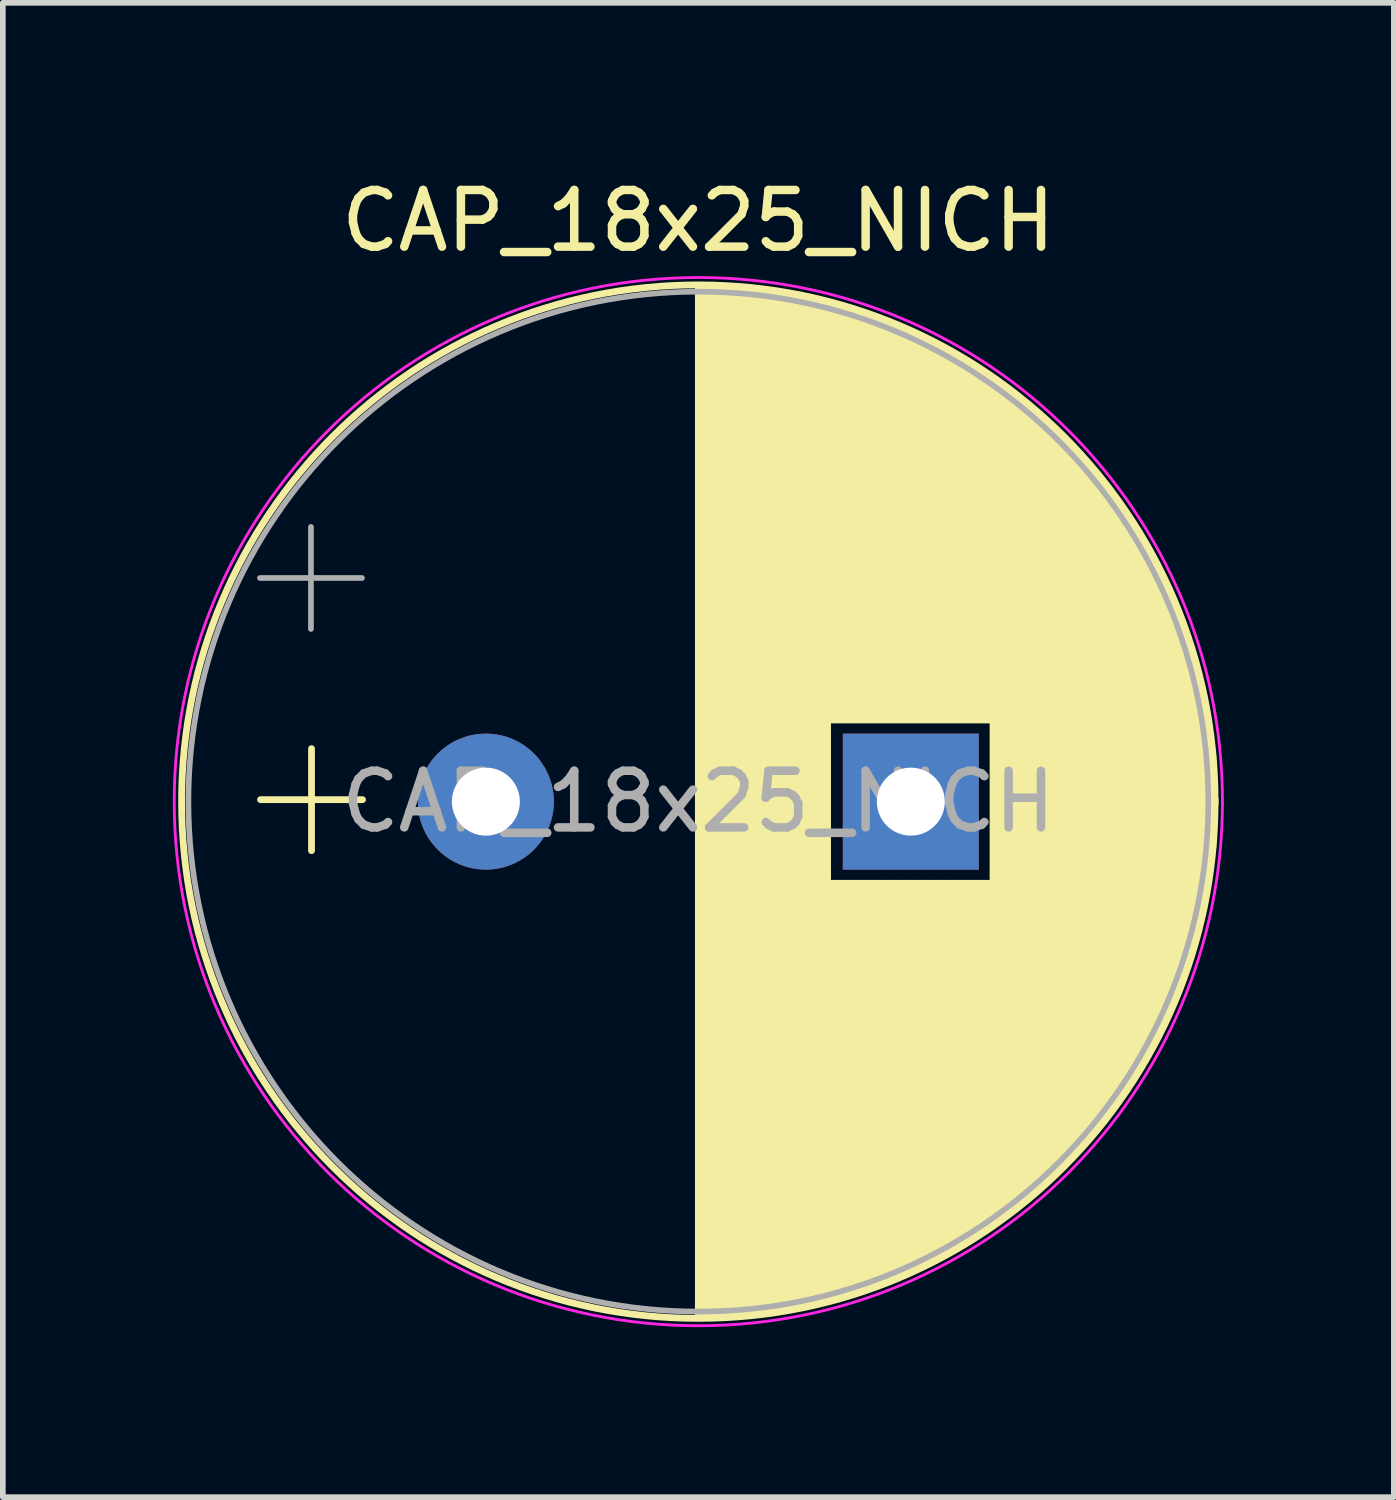
<source format=kicad_pcb>
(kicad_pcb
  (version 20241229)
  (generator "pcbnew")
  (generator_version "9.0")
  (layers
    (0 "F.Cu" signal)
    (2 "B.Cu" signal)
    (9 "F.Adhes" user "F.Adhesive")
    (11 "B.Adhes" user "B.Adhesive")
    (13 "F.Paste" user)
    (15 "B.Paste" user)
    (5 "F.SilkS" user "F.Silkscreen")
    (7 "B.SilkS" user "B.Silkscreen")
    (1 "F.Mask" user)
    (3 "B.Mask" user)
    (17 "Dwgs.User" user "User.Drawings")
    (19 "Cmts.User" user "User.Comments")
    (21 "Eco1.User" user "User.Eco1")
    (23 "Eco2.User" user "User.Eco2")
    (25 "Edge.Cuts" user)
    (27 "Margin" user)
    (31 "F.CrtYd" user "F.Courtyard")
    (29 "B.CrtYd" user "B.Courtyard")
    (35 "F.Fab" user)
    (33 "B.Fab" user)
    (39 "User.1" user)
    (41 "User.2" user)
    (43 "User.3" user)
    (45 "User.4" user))
  (footprint "CAP_18x25_NICH"
    (layer "F.Cu")
    (at 5.525 11.098)
    (property "Reference" "CAP_18x25_NICH" (at 3.75 -10.25 0) (layer "F.SilkS") (effects (font (size 1 1) (thickness 0.15))))
    (attr through_hole)
    (fp_line (start -3.977 -0.035) (end -2.177 -0.035) (stroke (width 0.12) (type solid)) (layer "F.SilkS"))
    (fp_line (start -3.077 -0.935) (end -3.077 0.865) (stroke (width 0.12) (type solid)) (layer "F.SilkS"))
    (fp_line (start 3.75 -9.081) (end 3.75 9.081) (stroke (width 0.12) (type solid)) (layer "F.SilkS"))
    (fp_line (start 3.79 -9.08) (end 3.79 9.08) (stroke (width 0.12) (type solid)) (layer "F.SilkS"))
    (fp_line (start 3.83 -9.08) (end 3.83 9.08) (stroke (width 0.12) (type solid)) (layer "F.SilkS"))
    (fp_line (start 3.87 -9.08) (end 3.87 9.08) (stroke (width 0.12) (type solid)) (layer "F.SilkS"))
    (fp_line (start 3.91 -9.079) (end 3.91 9.079) (stroke (width 0.12) (type solid)) (layer "F.SilkS"))
    (fp_line (start 3.95 -9.078) (end 3.95 9.078) (stroke (width 0.12) (type solid)) (layer "F.SilkS"))
    (fp_line (start 3.99 -9.077) (end 3.99 9.077) (stroke (width 0.12) (type solid)) (layer "F.SilkS"))
    (fp_line (start 4.03 -9.076) (end 4.03 9.076) (stroke (width 0.12) (type solid)) (layer "F.SilkS"))
    (fp_line (start 4.07 -9.075) (end 4.07 9.075) (stroke (width 0.12) (type solid)) (layer "F.SilkS"))
    (fp_line (start 4.11 -9.073) (end 4.11 9.073) (stroke (width 0.12) (type solid)) (layer "F.SilkS"))
    (fp_line (start 4.15 -9.072) (end 4.15 9.072) (stroke (width 0.12) (type solid)) (layer "F.SilkS"))
    (fp_line (start 4.19 -9.07) (end 4.19 9.07) (stroke (width 0.12) (type solid)) (layer "F.SilkS"))
    (fp_line (start 4.23 -9.068) (end 4.23 9.068) (stroke (width 0.12) (type solid)) (layer "F.SilkS"))
    (fp_line (start 4.27 -9.066) (end 4.27 9.066) (stroke (width 0.12) (type solid)) (layer "F.SilkS"))
    (fp_line (start 4.31 -9.063) (end 4.31 9.063) (stroke (width 0.12) (type solid)) (layer "F.SilkS"))
    (fp_line (start 4.35 -9.061) (end 4.35 9.061) (stroke (width 0.12) (type solid)) (layer "F.SilkS"))
    (fp_line (start 4.39 -9.058) (end 4.39 9.058) (stroke (width 0.12) (type solid)) (layer "F.SilkS"))
    (fp_line (start 4.43 -9.055) (end 4.43 9.055) (stroke (width 0.12) (type solid)) (layer "F.SilkS"))
    (fp_line (start 4.471 -9.052) (end 4.471 9.052) (stroke (width 0.12) (type solid)) (layer "F.SilkS"))
    (fp_line (start 4.511 -9.049) (end 4.511 9.049) (stroke (width 0.12) (type solid)) (layer "F.SilkS"))
    (fp_line (start 4.551 -9.045) (end 4.551 9.045) (stroke (width 0.12) (type solid)) (layer "F.SilkS"))
    (fp_line (start 4.591 -9.042) (end 4.591 9.042) (stroke (width 0.12) (type solid)) (layer "F.SilkS"))
    (fp_line (start 4.631 -9.038) (end 4.631 9.038) (stroke (width 0.12) (type solid)) (layer "F.SilkS"))
    (fp_line (start 4.671 -9.034) (end 4.671 9.034) (stroke (width 0.12) (type solid)) (layer "F.SilkS"))
    (fp_line (start 4.711 -9.03) (end 4.711 9.03) (stroke (width 0.12) (type solid)) (layer "F.SilkS"))
    (fp_line (start 4.751 -9.026) (end 4.751 9.026) (stroke (width 0.12) (type solid)) (layer "F.SilkS"))
    (fp_line (start 4.791 -9.021) (end 4.791 9.021) (stroke (width 0.12) (type solid)) (layer "F.SilkS"))
    (fp_line (start 4.831 -9.016) (end 4.831 9.016) (stroke (width 0.12) (type solid)) (layer "F.SilkS"))
    (fp_line (start 4.871 -9.011) (end 4.871 9.011) (stroke (width 0.12) (type solid)) (layer "F.SilkS"))
    (fp_line (start 4.911 -9.006) (end 4.911 9.006) (stroke (width 0.12) (type solid)) (layer "F.SilkS"))
    (fp_line (start 4.951 -9.001) (end 4.951 9.001) (stroke (width 0.12) (type solid)) (layer "F.SilkS"))
    (fp_line (start 4.991 -8.996) (end 4.991 8.996) (stroke (width 0.12) (type solid)) (layer "F.SilkS"))
    (fp_line (start 5.031 -8.99) (end 5.031 8.99) (stroke (width 0.12) (type solid)) (layer "F.SilkS"))
    (fp_line (start 5.071 -8.984) (end 5.071 8.984) (stroke (width 0.12) (type solid)) (layer "F.SilkS"))
    (fp_line (start 5.111 -8.979) (end 5.111 8.979) (stroke (width 0.12) (type solid)) (layer "F.SilkS"))
    (fp_line (start 5.151 -8.972) (end 5.151 8.972) (stroke (width 0.12) (type solid)) (layer "F.SilkS"))
    (fp_line (start 5.191 -8.966) (end 5.191 8.966) (stroke (width 0.12) (type solid)) (layer "F.SilkS"))
    (fp_line (start 5.231 -8.96) (end 5.231 8.96) (stroke (width 0.12) (type solid)) (layer "F.SilkS"))
    (fp_line (start 5.271 -8.953) (end 5.271 8.953) (stroke (width 0.12) (type solid)) (layer "F.SilkS"))
    (fp_line (start 5.311 -8.946) (end 5.311 8.946) (stroke (width 0.12) (type solid)) (layer "F.SilkS"))
    (fp_line (start 5.351 -8.939) (end 5.351 8.939) (stroke (width 0.12) (type solid)) (layer "F.SilkS"))
    (fp_line (start 5.391 -8.932) (end 5.391 8.932) (stroke (width 0.12) (type solid)) (layer "F.SilkS"))
    (fp_line (start 5.431 -8.924) (end 5.431 8.924) (stroke (width 0.12) (type solid)) (layer "F.SilkS"))
    (fp_line (start 5.471 -8.917) (end 5.471 8.917) (stroke (width 0.12) (type solid)) (layer "F.SilkS"))
    (fp_line (start 5.511 -8.909) (end 5.511 8.909) (stroke (width 0.12) (type solid)) (layer "F.SilkS"))
    (fp_line (start 5.551 -8.901) (end 5.551 8.901) (stroke (width 0.12) (type solid)) (layer "F.SilkS"))
    (fp_line (start 5.591 -8.893) (end 5.591 8.893) (stroke (width 0.12) (type solid)) (layer "F.SilkS"))
    (fp_line (start 5.631 -8.885) (end 5.631 8.885) (stroke (width 0.12) (type solid)) (layer "F.SilkS"))
    (fp_line (start 5.671 -8.876) (end 5.671 8.876) (stroke (width 0.12) (type solid)) (layer "F.SilkS"))
    (fp_line (start 5.711 -8.867) (end 5.711 8.867) (stroke (width 0.12) (type solid)) (layer "F.SilkS"))
    (fp_line (start 5.751 -8.858) (end 5.751 8.858) (stroke (width 0.12) (type solid)) (layer "F.SilkS"))
    (fp_line (start 5.791 -8.849) (end 5.791 8.849) (stroke (width 0.12) (type solid)) (layer "F.SilkS"))
    (fp_line (start 5.831 -8.84) (end 5.831 8.84) (stroke (width 0.12) (type solid)) (layer "F.SilkS"))
    (fp_line (start 5.871 -8.831) (end 5.871 8.831) (stroke (width 0.12) (type solid)) (layer "F.SilkS"))
    (fp_line (start 5.911 -8.821) (end 5.911 8.821) (stroke (width 0.12) (type solid)) (layer "F.SilkS"))
    (fp_line (start 5.951 -8.811) (end 5.951 8.811) (stroke (width 0.12) (type solid)) (layer "F.SilkS"))
    (fp_line (start 5.991 -8.801) (end 5.991 8.801) (stroke (width 0.12) (type solid)) (layer "F.SilkS"))
    (fp_line (start 6.031 -8.791) (end 6.031 8.791) (stroke (width 0.12) (type solid)) (layer "F.SilkS"))
    (fp_line (start 6.071 -8.78) (end 6.071 -1.44) (stroke (width 0.12) (type solid)) (layer "F.SilkS"))
    (fp_line (start 6.071 1.44) (end 6.071 8.78) (stroke (width 0.12) (type solid)) (layer "F.SilkS"))
    (fp_line (start 6.111 -8.77) (end 6.111 -1.44) (stroke (width 0.12) (type solid)) (layer "F.SilkS"))
    (fp_line (start 6.111 1.44) (end 6.111 8.77) (stroke (width 0.12) (type solid)) (layer "F.SilkS"))
    (fp_line (start 6.151 -8.759) (end 6.151 -1.44) (stroke (width 0.12) (type solid)) (layer "F.SilkS"))
    (fp_line (start 6.151 1.44) (end 6.151 8.759) (stroke (width 0.12) (type solid)) (layer "F.SilkS"))
    (fp_line (start 6.191 -8.748) (end 6.191 -1.44) (stroke (width 0.12) (type solid)) (layer "F.SilkS"))
    (fp_line (start 6.191 1.44) (end 6.191 8.748) (stroke (width 0.12) (type solid)) (layer "F.SilkS"))
    (fp_line (start 6.231 -8.737) (end 6.231 -1.44) (stroke (width 0.12) (type solid)) (layer "F.SilkS"))
    (fp_line (start 6.231 1.44) (end 6.231 8.737) (stroke (width 0.12) (type solid)) (layer "F.SilkS"))
    (fp_line (start 6.271 -8.725) (end 6.271 -1.44) (stroke (width 0.12) (type solid)) (layer "F.SilkS"))
    (fp_line (start 6.271 1.44) (end 6.271 8.725) (stroke (width 0.12) (type solid)) (layer "F.SilkS"))
    (fp_line (start 6.311 -8.714) (end 6.311 -1.44) (stroke (width 0.12) (type solid)) (layer "F.SilkS"))
    (fp_line (start 6.311 1.44) (end 6.311 8.714) (stroke (width 0.12) (type solid)) (layer "F.SilkS"))
    (fp_line (start 6.351 -8.702) (end 6.351 -1.44) (stroke (width 0.12) (type solid)) (layer "F.SilkS"))
    (fp_line (start 6.351 1.44) (end 6.351 8.702) (stroke (width 0.12) (type solid)) (layer "F.SilkS"))
    (fp_line (start 6.391 -8.69) (end 6.391 -1.44) (stroke (width 0.12) (type solid)) (layer "F.SilkS"))
    (fp_line (start 6.391 1.44) (end 6.391 8.69) (stroke (width 0.12) (type solid)) (layer "F.SilkS"))
    (fp_line (start 6.431 -8.678) (end 6.431 -1.44) (stroke (width 0.12) (type solid)) (layer "F.SilkS"))
    (fp_line (start 6.431 1.44) (end 6.431 8.678) (stroke (width 0.12) (type solid)) (layer "F.SilkS"))
    (fp_line (start 6.471 -8.665) (end 6.471 -1.44) (stroke (width 0.12) (type solid)) (layer "F.SilkS"))
    (fp_line (start 6.471 1.44) (end 6.471 8.665) (stroke (width 0.12) (type solid)) (layer "F.SilkS"))
    (fp_line (start 6.511 -8.653) (end 6.511 -1.44) (stroke (width 0.12) (type solid)) (layer "F.SilkS"))
    (fp_line (start 6.511 1.44) (end 6.511 8.653) (stroke (width 0.12) (type solid)) (layer "F.SilkS"))
    (fp_line (start 6.551 -8.64) (end 6.551 -1.44) (stroke (width 0.12) (type solid)) (layer "F.SilkS"))
    (fp_line (start 6.551 1.44) (end 6.551 8.64) (stroke (width 0.12) (type solid)) (layer "F.SilkS"))
    (fp_line (start 6.591 -8.627) (end 6.591 -1.44) (stroke (width 0.12) (type solid)) (layer "F.SilkS"))
    (fp_line (start 6.591 1.44) (end 6.591 8.627) (stroke (width 0.12) (type solid)) (layer "F.SilkS"))
    (fp_line (start 6.631 -8.614) (end 6.631 -1.44) (stroke (width 0.12) (type solid)) (layer "F.SilkS"))
    (fp_line (start 6.631 1.44) (end 6.631 8.614) (stroke (width 0.12) (type solid)) (layer "F.SilkS"))
    (fp_line (start 6.671 -8.6) (end 6.671 -1.44) (stroke (width 0.12) (type solid)) (layer "F.SilkS"))
    (fp_line (start 6.671 1.44) (end 6.671 8.6) (stroke (width 0.12) (type solid)) (layer "F.SilkS"))
    (fp_line (start 6.711 -8.587) (end 6.711 -1.44) (stroke (width 0.12) (type solid)) (layer "F.SilkS"))
    (fp_line (start 6.711 1.44) (end 6.711 8.587) (stroke (width 0.12) (type solid)) (layer "F.SilkS"))
    (fp_line (start 6.751 -8.573) (end 6.751 -1.44) (stroke (width 0.12) (type solid)) (layer "F.SilkS"))
    (fp_line (start 6.751 1.44) (end 6.751 8.573) (stroke (width 0.12) (type solid)) (layer "F.SilkS"))
    (fp_line (start 6.791 -8.559) (end 6.791 -1.44) (stroke (width 0.12) (type solid)) (layer "F.SilkS"))
    (fp_line (start 6.791 1.44) (end 6.791 8.559) (stroke (width 0.12) (type solid)) (layer "F.SilkS"))
    (fp_line (start 6.831 -8.545) (end 6.831 -1.44) (stroke (width 0.12) (type solid)) (layer "F.SilkS"))
    (fp_line (start 6.831 1.44) (end 6.831 8.545) (stroke (width 0.12) (type solid)) (layer "F.SilkS"))
    (fp_line (start 6.871 -8.53) (end 6.871 -1.44) (stroke (width 0.12) (type solid)) (layer "F.SilkS"))
    (fp_line (start 6.871 1.44) (end 6.871 8.53) (stroke (width 0.12) (type solid)) (layer "F.SilkS"))
    (fp_line (start 6.911 -8.516) (end 6.911 -1.44) (stroke (width 0.12) (type solid)) (layer "F.SilkS"))
    (fp_line (start 6.911 1.44) (end 6.911 8.516) (stroke (width 0.12) (type solid)) (layer "F.SilkS"))
    (fp_line (start 6.951 -8.501) (end 6.951 -1.44) (stroke (width 0.12) (type solid)) (layer "F.SilkS"))
    (fp_line (start 6.951 1.44) (end 6.951 8.501) (stroke (width 0.12) (type solid)) (layer "F.SilkS"))
    (fp_line (start 6.991 -8.486) (end 6.991 -1.44) (stroke (width 0.12) (type solid)) (layer "F.SilkS"))
    (fp_line (start 6.991 1.44) (end 6.991 8.486) (stroke (width 0.12) (type solid)) (layer "F.SilkS"))
    (fp_line (start 7.031 -8.47) (end 7.031 -1.44) (stroke (width 0.12) (type solid)) (layer "F.SilkS"))
    (fp_line (start 7.031 1.44) (end 7.031 8.47) (stroke (width 0.12) (type solid)) (layer "F.SilkS"))
    (fp_line (start 7.071 -8.455) (end 7.071 -1.44) (stroke (width 0.12) (type solid)) (layer "F.SilkS"))
    (fp_line (start 7.071 1.44) (end 7.071 8.455) (stroke (width 0.12) (type solid)) (layer "F.SilkS"))
    (fp_line (start 7.111 -8.439) (end 7.111 -1.44) (stroke (width 0.12) (type solid)) (layer "F.SilkS"))
    (fp_line (start 7.111 1.44) (end 7.111 8.439) (stroke (width 0.12) (type solid)) (layer "F.SilkS"))
    (fp_line (start 7.151 -8.423) (end 7.151 -1.44) (stroke (width 0.12) (type solid)) (layer "F.SilkS"))
    (fp_line (start 7.151 1.44) (end 7.151 8.423) (stroke (width 0.12) (type solid)) (layer "F.SilkS"))
    (fp_line (start 7.191 -8.407) (end 7.191 -1.44) (stroke (width 0.12) (type solid)) (layer "F.SilkS"))
    (fp_line (start 7.191 1.44) (end 7.191 8.407) (stroke (width 0.12) (type solid)) (layer "F.SilkS"))
    (fp_line (start 7.231 -8.39) (end 7.231 -1.44) (stroke (width 0.12) (type solid)) (layer "F.SilkS"))
    (fp_line (start 7.231 1.44) (end 7.231 8.39) (stroke (width 0.12) (type solid)) (layer "F.SilkS"))
    (fp_line (start 7.271 -8.374) (end 7.271 -1.44) (stroke (width 0.12) (type solid)) (layer "F.SilkS"))
    (fp_line (start 7.271 1.44) (end 7.271 8.374) (stroke (width 0.12) (type solid)) (layer "F.SilkS"))
    (fp_line (start 7.311 -8.357) (end 7.311 -1.44) (stroke (width 0.12) (type solid)) (layer "F.SilkS"))
    (fp_line (start 7.311 1.44) (end 7.311 8.357) (stroke (width 0.12) (type solid)) (layer "F.SilkS"))
    (fp_line (start 7.351 -8.34) (end 7.351 -1.44) (stroke (width 0.12) (type solid)) (layer "F.SilkS"))
    (fp_line (start 7.351 1.44) (end 7.351 8.34) (stroke (width 0.12) (type solid)) (layer "F.SilkS"))
    (fp_line (start 7.391 -8.323) (end 7.391 -1.44) (stroke (width 0.12) (type solid)) (layer "F.SilkS"))
    (fp_line (start 7.391 1.44) (end 7.391 8.323) (stroke (width 0.12) (type solid)) (layer "F.SilkS"))
    (fp_line (start 7.431 -8.305) (end 7.431 -1.44) (stroke (width 0.12) (type solid)) (layer "F.SilkS"))
    (fp_line (start 7.431 1.44) (end 7.431 8.305) (stroke (width 0.12) (type solid)) (layer "F.SilkS"))
    (fp_line (start 7.471 -8.287) (end 7.471 -1.44) (stroke (width 0.12) (type solid)) (layer "F.SilkS"))
    (fp_line (start 7.471 1.44) (end 7.471 8.287) (stroke (width 0.12) (type solid)) (layer "F.SilkS"))
    (fp_line (start 7.511 -8.269) (end 7.511 -1.44) (stroke (width 0.12) (type solid)) (layer "F.SilkS"))
    (fp_line (start 7.511 1.44) (end 7.511 8.269) (stroke (width 0.12) (type solid)) (layer "F.SilkS"))
    (fp_line (start 7.551 -8.251) (end 7.551 -1.44) (stroke (width 0.12) (type solid)) (layer "F.SilkS"))
    (fp_line (start 7.551 1.44) (end 7.551 8.251) (stroke (width 0.12) (type solid)) (layer "F.SilkS"))
    (fp_line (start 7.591 -8.233) (end 7.591 -1.44) (stroke (width 0.12) (type solid)) (layer "F.SilkS"))
    (fp_line (start 7.591 1.44) (end 7.591 8.233) (stroke (width 0.12) (type solid)) (layer "F.SilkS"))
    (fp_line (start 7.631 -8.214) (end 7.631 -1.44) (stroke (width 0.12) (type solid)) (layer "F.SilkS"))
    (fp_line (start 7.631 1.44) (end 7.631 8.214) (stroke (width 0.12) (type solid)) (layer "F.SilkS"))
    (fp_line (start 7.671 -8.195) (end 7.671 -1.44) (stroke (width 0.12) (type solid)) (layer "F.SilkS"))
    (fp_line (start 7.671 1.44) (end 7.671 8.195) (stroke (width 0.12) (type solid)) (layer "F.SilkS"))
    (fp_line (start 7.711 -8.176) (end 7.711 -1.44) (stroke (width 0.12) (type solid)) (layer "F.SilkS"))
    (fp_line (start 7.711 1.44) (end 7.711 8.176) (stroke (width 0.12) (type solid)) (layer "F.SilkS"))
    (fp_line (start 7.751 -8.156) (end 7.751 -1.44) (stroke (width 0.12) (type solid)) (layer "F.SilkS"))
    (fp_line (start 7.751 1.44) (end 7.751 8.156) (stroke (width 0.12) (type solid)) (layer "F.SilkS"))
    (fp_line (start 7.791 -8.137) (end 7.791 -1.44) (stroke (width 0.12) (type solid)) (layer "F.SilkS"))
    (fp_line (start 7.791 1.44) (end 7.791 8.137) (stroke (width 0.12) (type solid)) (layer "F.SilkS"))
    (fp_line (start 7.831 -8.117) (end 7.831 -1.44) (stroke (width 0.12) (type solid)) (layer "F.SilkS"))
    (fp_line (start 7.831 1.44) (end 7.831 8.117) (stroke (width 0.12) (type solid)) (layer "F.SilkS"))
    (fp_line (start 7.871 -8.097) (end 7.871 -1.44) (stroke (width 0.12) (type solid)) (layer "F.SilkS"))
    (fp_line (start 7.871 1.44) (end 7.871 8.097) (stroke (width 0.12) (type solid)) (layer "F.SilkS"))
    (fp_line (start 7.911 -8.076) (end 7.911 -1.44) (stroke (width 0.12) (type solid)) (layer "F.SilkS"))
    (fp_line (start 7.911 1.44) (end 7.911 8.076) (stroke (width 0.12) (type solid)) (layer "F.SilkS"))
    (fp_line (start 7.951 -8.056) (end 7.951 -1.44) (stroke (width 0.12) (type solid)) (layer "F.SilkS"))
    (fp_line (start 7.951 1.44) (end 7.951 8.056) (stroke (width 0.12) (type solid)) (layer "F.SilkS"))
    (fp_line (start 7.991 -8.035) (end 7.991 -1.44) (stroke (width 0.12) (type solid)) (layer "F.SilkS"))
    (fp_line (start 7.991 1.44) (end 7.991 8.035) (stroke (width 0.12) (type solid)) (layer "F.SilkS"))
    (fp_line (start 8.031 -8.014) (end 8.031 -1.44) (stroke (width 0.12) (type solid)) (layer "F.SilkS"))
    (fp_line (start 8.031 1.44) (end 8.031 8.014) (stroke (width 0.12) (type solid)) (layer "F.SilkS"))
    (fp_line (start 8.071 -7.992) (end 8.071 -1.44) (stroke (width 0.12) (type solid)) (layer "F.SilkS"))
    (fp_line (start 8.071 1.44) (end 8.071 7.992) (stroke (width 0.12) (type solid)) (layer "F.SilkS"))
    (fp_line (start 8.111 -7.971) (end 8.111 -1.44) (stroke (width 0.12) (type solid)) (layer "F.SilkS"))
    (fp_line (start 8.111 1.44) (end 8.111 7.971) (stroke (width 0.12) (type solid)) (layer "F.SilkS"))
    (fp_line (start 8.151 -7.949) (end 8.151 -1.44) (stroke (width 0.12) (type solid)) (layer "F.SilkS"))
    (fp_line (start 8.151 1.44) (end 8.151 7.949) (stroke (width 0.12) (type solid)) (layer "F.SilkS"))
    (fp_line (start 8.191 -7.927) (end 8.191 -1.44) (stroke (width 0.12) (type solid)) (layer "F.SilkS"))
    (fp_line (start 8.191 1.44) (end 8.191 7.927) (stroke (width 0.12) (type solid)) (layer "F.SilkS"))
    (fp_line (start 8.231 -7.904) (end 8.231 -1.44) (stroke (width 0.12) (type solid)) (layer "F.SilkS"))
    (fp_line (start 8.231 1.44) (end 8.231 7.904) (stroke (width 0.12) (type solid)) (layer "F.SilkS"))
    (fp_line (start 8.271 -7.882) (end 8.271 -1.44) (stroke (width 0.12) (type solid)) (layer "F.SilkS"))
    (fp_line (start 8.271 1.44) (end 8.271 7.882) (stroke (width 0.12) (type solid)) (layer "F.SilkS"))
    (fp_line (start 8.311 -7.859) (end 8.311 -1.44) (stroke (width 0.12) (type solid)) (layer "F.SilkS"))
    (fp_line (start 8.311 1.44) (end 8.311 7.859) (stroke (width 0.12) (type solid)) (layer "F.SilkS"))
    (fp_line (start 8.351 -7.835) (end 8.351 -1.44) (stroke (width 0.12) (type solid)) (layer "F.SilkS"))
    (fp_line (start 8.351 1.44) (end 8.351 7.835) (stroke (width 0.12) (type solid)) (layer "F.SilkS"))
    (fp_line (start 8.391 -7.812) (end 8.391 -1.44) (stroke (width 0.12) (type solid)) (layer "F.SilkS"))
    (fp_line (start 8.391 1.44) (end 8.391 7.812) (stroke (width 0.12) (type solid)) (layer "F.SilkS"))
    (fp_line (start 8.431 -7.788) (end 8.431 -1.44) (stroke (width 0.12) (type solid)) (layer "F.SilkS"))
    (fp_line (start 8.431 1.44) (end 8.431 7.788) (stroke (width 0.12) (type solid)) (layer "F.SilkS"))
    (fp_line (start 8.471 -7.764) (end 8.471 -1.44) (stroke (width 0.12) (type solid)) (layer "F.SilkS"))
    (fp_line (start 8.471 1.44) (end 8.471 7.764) (stroke (width 0.12) (type solid)) (layer "F.SilkS"))
    (fp_line (start 8.511 -7.74) (end 8.511 -1.44) (stroke (width 0.12) (type solid)) (layer "F.SilkS"))
    (fp_line (start 8.511 1.44) (end 8.511 7.74) (stroke (width 0.12) (type solid)) (layer "F.SilkS"))
    (fp_line (start 8.551 -7.715) (end 8.551 -1.44) (stroke (width 0.12) (type solid)) (layer "F.SilkS"))
    (fp_line (start 8.551 1.44) (end 8.551 7.715) (stroke (width 0.12) (type solid)) (layer "F.SilkS"))
    (fp_line (start 8.591 -7.69) (end 8.591 -1.44) (stroke (width 0.12) (type solid)) (layer "F.SilkS"))
    (fp_line (start 8.591 1.44) (end 8.591 7.69) (stroke (width 0.12) (type solid)) (layer "F.SilkS"))
    (fp_line (start 8.631 -7.665) (end 8.631 -1.44) (stroke (width 0.12) (type solid)) (layer "F.SilkS"))
    (fp_line (start 8.631 1.44) (end 8.631 7.665) (stroke (width 0.12) (type solid)) (layer "F.SilkS"))
    (fp_line (start 8.671 -7.64) (end 8.671 -1.44) (stroke (width 0.12) (type solid)) (layer "F.SilkS"))
    (fp_line (start 8.671 1.44) (end 8.671 7.64) (stroke (width 0.12) (type solid)) (layer "F.SilkS"))
    (fp_line (start 8.711 -7.614) (end 8.711 -1.44) (stroke (width 0.12) (type solid)) (layer "F.SilkS"))
    (fp_line (start 8.711 1.44) (end 8.711 7.614) (stroke (width 0.12) (type solid)) (layer "F.SilkS"))
    (fp_line (start 8.751 -7.588) (end 8.751 -1.44) (stroke (width 0.12) (type solid)) (layer "F.SilkS"))
    (fp_line (start 8.751 1.44) (end 8.751 7.588) (stroke (width 0.12) (type solid)) (layer "F.SilkS"))
    (fp_line (start 8.791 -7.561) (end 8.791 -1.44) (stroke (width 0.12) (type solid)) (layer "F.SilkS"))
    (fp_line (start 8.791 1.44) (end 8.791 7.561) (stroke (width 0.12) (type solid)) (layer "F.SilkS"))
    (fp_line (start 8.831 -7.535) (end 8.831 -1.44) (stroke (width 0.12) (type solid)) (layer "F.SilkS"))
    (fp_line (start 8.831 1.44) (end 8.831 7.535) (stroke (width 0.12) (type solid)) (layer "F.SilkS"))
    (fp_line (start 8.871 -7.508) (end 8.871 -1.44) (stroke (width 0.12) (type solid)) (layer "F.SilkS"))
    (fp_line (start 8.871 1.44) (end 8.871 7.508) (stroke (width 0.12) (type solid)) (layer "F.SilkS"))
    (fp_line (start 8.911 -7.48) (end 8.911 -1.44) (stroke (width 0.12) (type solid)) (layer "F.SilkS"))
    (fp_line (start 8.911 1.44) (end 8.911 7.48) (stroke (width 0.12) (type solid)) (layer "F.SilkS"))
    (fp_line (start 8.951 -7.453) (end 8.951 7.453) (stroke (width 0.12) (type solid)) (layer "F.SilkS"))
    (fp_line (start 8.991 -7.425) (end 8.991 7.425) (stroke (width 0.12) (type solid)) (layer "F.SilkS"))
    (fp_line (start 9.031 -7.397) (end 9.031 7.397) (stroke (width 0.12) (type solid)) (layer "F.SilkS"))
    (fp_line (start 9.071 -7.368) (end 9.071 7.368) (stroke (width 0.12) (type solid)) (layer "F.SilkS"))
    (fp_line (start 9.111 -7.339) (end 9.111 7.339) (stroke (width 0.12) (type solid)) (layer "F.SilkS"))
    (fp_line (start 9.151 -7.31) (end 9.151 7.31) (stroke (width 0.12) (type solid)) (layer "F.SilkS"))
    (fp_line (start 9.191 -7.28) (end 9.191 7.28) (stroke (width 0.12) (type solid)) (layer "F.SilkS"))
    (fp_line (start 9.231 -7.25) (end 9.231 7.25) (stroke (width 0.12) (type solid)) (layer "F.SilkS"))
    (fp_line (start 9.271 -7.22) (end 9.271 7.22) (stroke (width 0.12) (type solid)) (layer "F.SilkS"))
    (fp_line (start 9.311 -7.19) (end 9.311 7.19) (stroke (width 0.12) (type solid)) (layer "F.SilkS"))
    (fp_line (start 9.351 -7.159) (end 9.351 7.159) (stroke (width 0.12) (type solid)) (layer "F.SilkS"))
    (fp_line (start 9.391 -7.127) (end 9.391 7.127) (stroke (width 0.12) (type solid)) (layer "F.SilkS"))
    (fp_line (start 9.431 -7.096) (end 9.431 7.096) (stroke (width 0.12) (type solid)) (layer "F.SilkS"))
    (fp_line (start 9.471 -7.064) (end 9.471 7.064) (stroke (width 0.12) (type solid)) (layer "F.SilkS"))
    (fp_line (start 9.511 -7.031) (end 9.511 7.031) (stroke (width 0.12) (type solid)) (layer "F.SilkS"))
    (fp_line (start 9.551 -6.999) (end 9.551 6.999) (stroke (width 0.12) (type solid)) (layer "F.SilkS"))
    (fp_line (start 9.591 -6.965) (end 9.591 6.965) (stroke (width 0.12) (type solid)) (layer "F.SilkS"))
    (fp_line (start 9.631 -6.932) (end 9.631 6.932) (stroke (width 0.12) (type solid)) (layer "F.SilkS"))
    (fp_line (start 9.671 -6.898) (end 9.671 6.898) (stroke (width 0.12) (type solid)) (layer "F.SilkS"))
    (fp_line (start 9.711 -6.864) (end 9.711 6.864) (stroke (width 0.12) (type solid)) (layer "F.SilkS"))
    (fp_line (start 9.751 -6.829) (end 9.751 6.829) (stroke (width 0.12) (type solid)) (layer "F.SilkS"))
    (fp_line (start 9.791 -6.794) (end 9.791 6.794) (stroke (width 0.12) (type solid)) (layer "F.SilkS"))
    (fp_line (start 9.831 -6.758) (end 9.831 6.758) (stroke (width 0.12) (type solid)) (layer "F.SilkS"))
    (fp_line (start 9.871 -6.722) (end 9.871 6.722) (stroke (width 0.12) (type solid)) (layer "F.SilkS"))
    (fp_line (start 9.911 -6.686) (end 9.911 6.686) (stroke (width 0.12) (type solid)) (layer "F.SilkS"))
    (fp_line (start 9.951 -6.649) (end 9.951 6.649) (stroke (width 0.12) (type solid)) (layer "F.SilkS"))
    (fp_line (start 9.991 -6.612) (end 9.991 6.612) (stroke (width 0.12) (type solid)) (layer "F.SilkS"))
    (fp_line (start 10.031 -6.574) (end 10.031 6.574) (stroke (width 0.12) (type solid)) (layer "F.SilkS"))
    (fp_line (start 10.071 -6.536) (end 10.071 6.536) (stroke (width 0.12) (type solid)) (layer "F.SilkS"))
    (fp_line (start 10.111 -6.497) (end 10.111 6.497) (stroke (width 0.12) (type solid)) (layer "F.SilkS"))
    (fp_line (start 10.151 -6.458) (end 10.151 6.458) (stroke (width 0.12) (type solid)) (layer "F.SilkS"))
    (fp_line (start 10.191 -6.418) (end 10.191 6.418) (stroke (width 0.12) (type solid)) (layer "F.SilkS"))
    (fp_line (start 10.231 -6.378) (end 10.231 6.378) (stroke (width 0.12) (type solid)) (layer "F.SilkS"))
    (fp_line (start 10.271 -6.337) (end 10.271 6.337) (stroke (width 0.12) (type solid)) (layer "F.SilkS"))
    (fp_line (start 10.311 -6.296) (end 10.311 6.296) (stroke (width 0.12) (type solid)) (layer "F.SilkS"))
    (fp_line (start 10.351 -6.254) (end 10.351 6.254) (stroke (width 0.12) (type solid)) (layer "F.SilkS"))
    (fp_line (start 10.391 -6.212) (end 10.391 6.212) (stroke (width 0.12) (type solid)) (layer "F.SilkS"))
    (fp_line (start 10.431 -6.17) (end 10.431 6.17) (stroke (width 0.12) (type solid)) (layer "F.SilkS"))
    (fp_line (start 10.471 -6.126) (end 10.471 6.126) (stroke (width 0.12) (type solid)) (layer "F.SilkS"))
    (fp_line (start 10.511 -6.082) (end 10.511 6.082) (stroke (width 0.12) (type solid)) (layer "F.SilkS"))
    (fp_line (start 10.551 -6.038) (end 10.551 6.038) (stroke (width 0.12) (type solid)) (layer "F.SilkS"))
    (fp_line (start 10.591 -5.993) (end 10.591 5.993) (stroke (width 0.12) (type solid)) (layer "F.SilkS"))
    (fp_line (start 10.631 -5.947) (end 10.631 5.947) (stroke (width 0.12) (type solid)) (layer "F.SilkS"))
    (fp_line (start 10.671 -5.901) (end 10.671 5.901) (stroke (width 0.12) (type solid)) (layer "F.SilkS"))
    (fp_line (start 10.711 -5.854) (end 10.711 5.854) (stroke (width 0.12) (type solid)) (layer "F.SilkS"))
    (fp_line (start 10.751 -5.806) (end 10.751 5.806) (stroke (width 0.12) (type solid)) (layer "F.SilkS"))
    (fp_line (start 10.791 -5.758) (end 10.791 5.758) (stroke (width 0.12) (type solid)) (layer "F.SilkS"))
    (fp_line (start 10.831 -5.709) (end 10.831 5.709) (stroke (width 0.12) (type solid)) (layer "F.SilkS"))
    (fp_line (start 10.871 -5.66) (end 10.871 5.66) (stroke (width 0.12) (type solid)) (layer "F.SilkS"))
    (fp_line (start 10.911 -5.609) (end 10.911 5.609) (stroke (width 0.12) (type solid)) (layer "F.SilkS"))
    (fp_line (start 10.951 -5.558) (end 10.951 5.558) (stroke (width 0.12) (type solid)) (layer "F.SilkS"))
    (fp_line (start 10.991 -5.506) (end 10.991 5.506) (stroke (width 0.12) (type solid)) (layer "F.SilkS"))
    (fp_line (start 11.031 -5.454) (end 11.031 5.454) (stroke (width 0.12) (type solid)) (layer "F.SilkS"))
    (fp_line (start 11.071 -5.4) (end 11.071 5.4) (stroke (width 0.12) (type solid)) (layer "F.SilkS"))
    (fp_line (start 11.111 -5.346) (end 11.111 5.346) (stroke (width 0.12) (type solid)) (layer "F.SilkS"))
    (fp_line (start 11.151 -5.291) (end 11.151 5.291) (stroke (width 0.12) (type solid)) (layer "F.SilkS"))
    (fp_line (start 11.191 -5.235) (end 11.191 5.235) (stroke (width 0.12) (type solid)) (layer "F.SilkS"))
    (fp_line (start 11.231 -5.178) (end 11.231 5.178) (stroke (width 0.12) (type solid)) (layer "F.SilkS"))
    (fp_line (start 11.271 -5.12) (end 11.271 5.12) (stroke (width 0.12) (type solid)) (layer "F.SilkS"))
    (fp_line (start 11.311 -5.062) (end 11.311 5.062) (stroke (width 0.12) (type solid)) (layer "F.SilkS"))
    (fp_line (start 11.351 -5.002) (end 11.351 5.002) (stroke (width 0.12) (type solid)) (layer "F.SilkS"))
    (fp_line (start 11.391 -4.941) (end 11.391 4.941) (stroke (width 0.12) (type solid)) (layer "F.SilkS"))
    (fp_line (start 11.431 -4.879) (end 11.431 4.879) (stroke (width 0.12) (type solid)) (layer "F.SilkS"))
    (fp_line (start 11.471 -4.816) (end 11.471 4.816) (stroke (width 0.12) (type solid)) (layer "F.SilkS"))
    (fp_line (start 11.511 -4.752) (end 11.511 4.752) (stroke (width 0.12) (type solid)) (layer "F.SilkS"))
    (fp_line (start 11.551 -4.686) (end 11.551 4.686) (stroke (width 0.12) (type solid)) (layer "F.SilkS"))
    (fp_line (start 11.591 -4.62) (end 11.591 4.62) (stroke (width 0.12) (type solid)) (layer "F.SilkS"))
    (fp_line (start 11.631 -4.552) (end 11.631 4.552) (stroke (width 0.12) (type solid)) (layer "F.SilkS"))
    (fp_line (start 11.671 -4.482) (end 11.671 4.482) (stroke (width 0.12) (type solid)) (layer "F.SilkS"))
    (fp_line (start 11.711 -4.412) (end 11.711 4.412) (stroke (width 0.12) (type solid)) (layer "F.SilkS"))
    (fp_line (start 11.751 -4.339) (end 11.751 4.339) (stroke (width 0.12) (type solid)) (layer "F.SilkS"))
    (fp_line (start 11.791 -4.265) (end 11.791 4.265) (stroke (width 0.12) (type solid)) (layer "F.SilkS"))
    (fp_line (start 11.831 -4.19) (end 11.831 4.19) (stroke (width 0.12) (type solid)) (layer "F.SilkS"))
    (fp_line (start 11.871 -4.113) (end 11.871 4.113) (stroke (width 0.12) (type solid)) (layer "F.SilkS"))
    (fp_line (start 11.911 -4.033) (end 11.911 4.033) (stroke (width 0.12) (type solid)) (layer "F.SilkS"))
    (fp_line (start 11.95 -3.952) (end 11.95 3.952) (stroke (width 0.12) (type solid)) (layer "F.SilkS"))
    (fp_line (start 11.99 -3.869) (end 11.99 3.869) (stroke (width 0.12) (type solid)) (layer "F.SilkS"))
    (fp_line (start 12.03 -3.784) (end 12.03 3.784) (stroke (width 0.12) (type solid)) (layer "F.SilkS"))
    (fp_line (start 12.07 -3.696) (end 12.07 3.696) (stroke (width 0.12) (type solid)) (layer "F.SilkS"))
    (fp_line (start 12.11 -3.605) (end 12.11 3.605) (stroke (width 0.12) (type solid)) (layer "F.SilkS"))
    (fp_line (start 12.15 -3.512) (end 12.15 3.512) (stroke (width 0.12) (type solid)) (layer "F.SilkS"))
    (fp_line (start 12.19 -3.416) (end 12.19 3.416) (stroke (width 0.12) (type solid)) (layer "F.SilkS"))
    (fp_line (start 12.23 -3.317) (end 12.23 3.317) (stroke (width 0.12) (type solid)) (layer "F.SilkS"))
    (fp_line (start 12.27 -3.214) (end 12.27 3.214) (stroke (width 0.12) (type solid)) (layer "F.SilkS"))
    (fp_line (start 12.31 -3.107) (end 12.31 3.107) (stroke (width 0.12) (type solid)) (layer "F.SilkS"))
    (fp_line (start 12.35 -2.996) (end 12.35 2.996) (stroke (width 0.12) (type solid)) (layer "F.SilkS"))
    (fp_line (start 12.39 -2.88) (end 12.39 2.88) (stroke (width 0.12) (type solid)) (layer "F.SilkS"))
    (fp_line (start 12.43 -2.759) (end 12.43 2.759) (stroke (width 0.12) (type solid)) (layer "F.SilkS"))
    (fp_line (start 12.47 -2.632) (end 12.47 2.632) (stroke (width 0.12) (type solid)) (layer "F.SilkS"))
    (fp_line (start 12.51 -2.498) (end 12.51 2.498) (stroke (width 0.12) (type solid)) (layer "F.SilkS"))
    (fp_line (start 12.55 -2.355) (end 12.55 2.355) (stroke (width 0.12) (type solid)) (layer "F.SilkS"))
    (fp_line (start 12.59 -2.203) (end 12.59 2.203) (stroke (width 0.12) (type solid)) (layer "F.SilkS"))
    (fp_line (start 12.63 -2.039) (end 12.63 2.039) (stroke (width 0.12) (type solid)) (layer "F.SilkS"))
    (fp_line (start 12.67 -1.86) (end 12.67 1.86) (stroke (width 0.12) (type solid)) (layer "F.SilkS"))
    (fp_line (start 12.71 -1.661) (end 12.71 1.661) (stroke (width 0.12) (type solid)) (layer "F.SilkS"))
    (fp_line (start 12.75 -1.435) (end 12.75 1.435) (stroke (width 0.12) (type solid)) (layer "F.SilkS"))
    (fp_line (start 12.79 -1.166) (end 12.79 1.166) (stroke (width 0.12) (type solid)) (layer "F.SilkS"))
    (fp_line (start 12.83 -0.814) (end 12.83 0.814) (stroke (width 0.12) (type solid)) (layer "F.SilkS"))
    (fp_line (start 12.87 -0.04) (end 12.87 0.04) (stroke (width 0.12) (type solid)) (layer "F.SilkS"))
    (fp_circle (center 3.75 0) (end 12.87 0) (stroke (width 0.12) (type solid)) (fill no) (layer "F.SilkS"))
    (fp_circle (center 3.75 0) (end 13 0) (stroke (width 0.05) (type solid)) (fill no) (layer "F.CrtYd"))
    (fp_line (start -3.987 -3.947) (end -2.187 -3.947) (stroke (width 0.1) (type solid)) (layer "F.Fab"))
    (fp_line (start -3.087 -4.848) (end -3.087 -3.047) (stroke (width 0.1) (type solid)) (layer "F.Fab"))
    (fp_circle (center 3.75 0) (end 12.75 0) (stroke (width 0.1) (type solid)) (fill no) (layer "F.Fab"))
    (fp_text user "${REFERENCE}" (at 3.75 0 0) (layer "F.Fab") (effects (font (size 1 1) (thickness 0.15))))
    (pad "1" thru_hole circle (at 0 0) (size 2.4 2.4) (drill 1.2) (layers "*.Cu" "*.Mask"))
    (pad "2" thru_hole rect (at 7.5 0) (size 2.4 2.4) (drill 1.2) (layers "*.Cu" "*.Mask")))
  (gr_rect
    (start -3 -3)
    (end 21.55 23.373)
    (stroke (width 0.1) (type default))
    (fill no)
    (layer "Edge.Cuts")))
</source>
